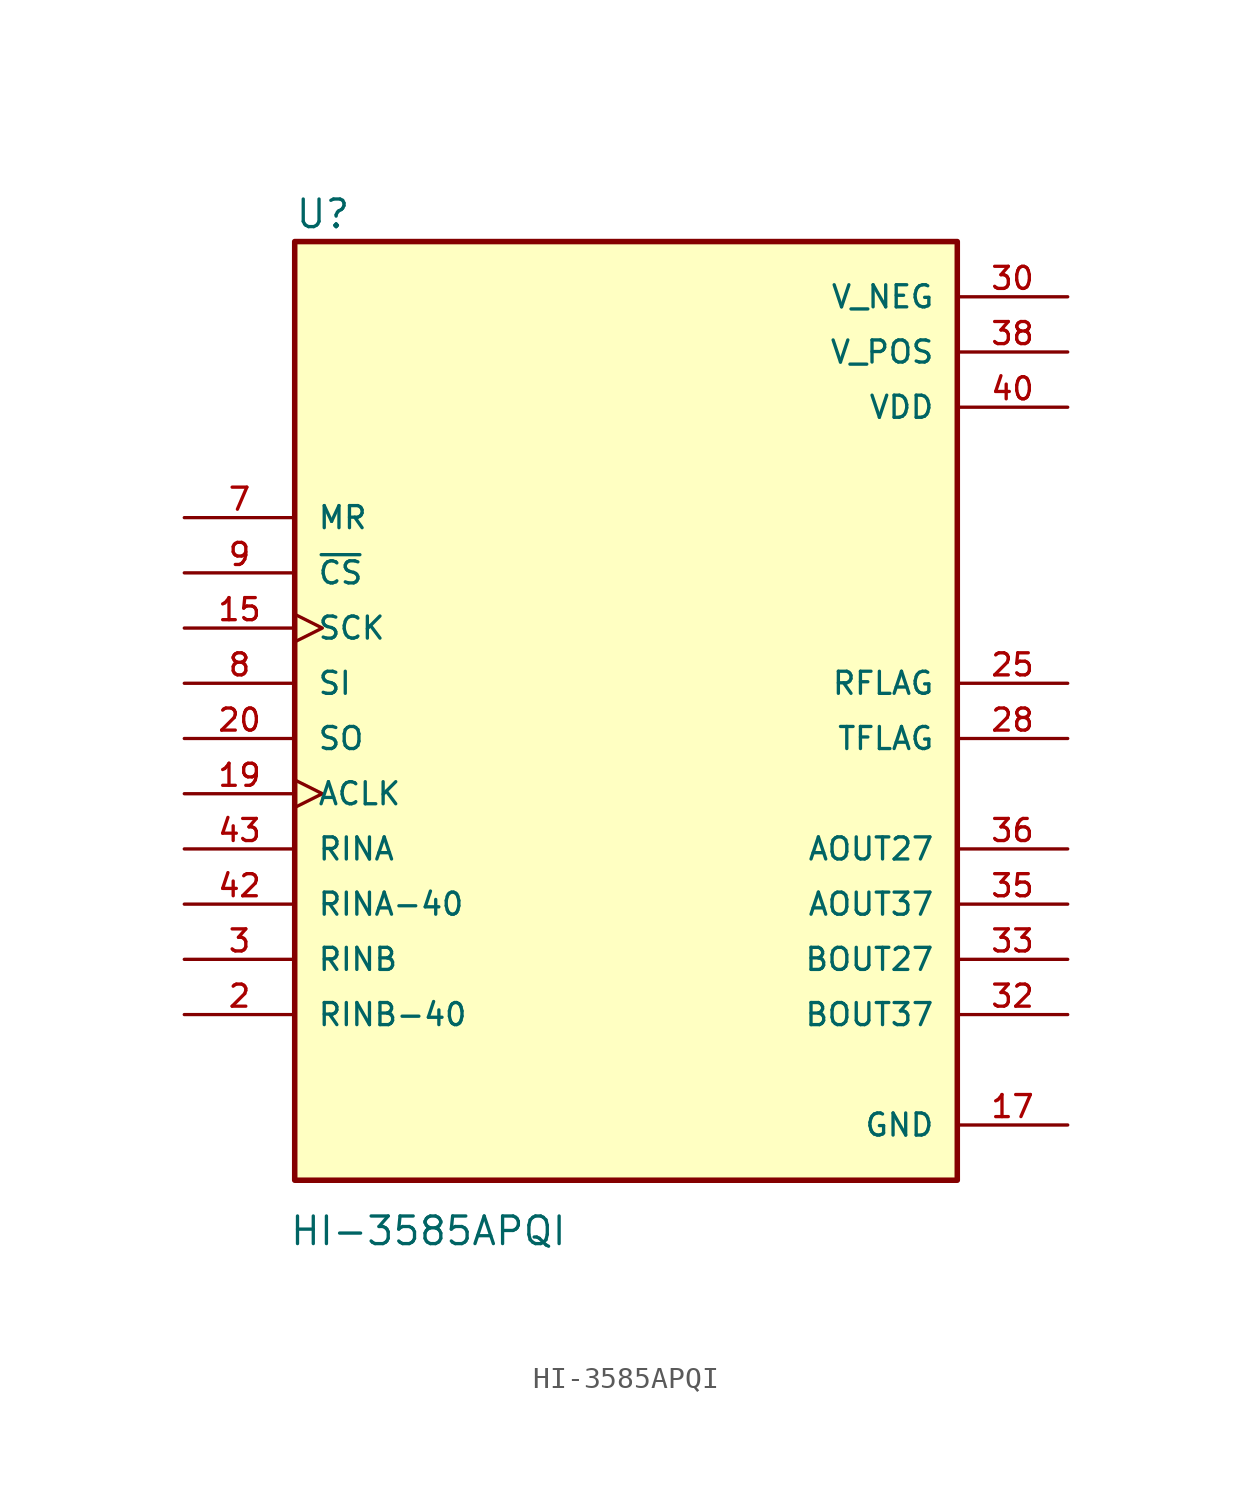
<source format=kicad_sym>
(kicad_symbol_lib
  (version 20211014)
  (generator kicad_symbol_editor)
  (symbol "HI-3585APQI"
    (pin_names
      (offset 1.016))
    (property "Reference" "U"
      (at -15.25 23.384 0)
      (effects (font (size 1.27 1.27)) (justify bottom left)))
    (property "Value" "HI-3585APQI"
      (at -15.514 -23.399 0)
      (effects (font (size 1.27 1.27)) (justify bottom left)))
    (symbol "HI-3585APQI_0_0"
      (rectangle (start -15.24 -20.32) (end 15.24 22.86) (stroke (width 0.254)) (fill (type background)))
      (pin input line (at -20.32 -10.16 0) (length 5.08) (name "RINB" (effects (font (size 1.016 1.016)))) (number "3" (effects (font (size 1.016 1.016)))))
      (pin input line (at -20.32 -12.7 0) (length 5.08) (name "RINB-40" (effects (font (size 1.016 1.016)))) (number "2" (effects (font (size 1.016 1.016)))))
      (pin input line (at -20.32 10.16 0) (length 5.08) (name "MR" (effects (font (size 1.016 1.016)))) (number "7" (effects (font (size 1.016 1.016)))))
      (pin input line (at -20.32 2.54 0) (length 5.08) (name "SI" (effects (font (size 1.016 1.016)))) (number "8" (effects (font (size 1.016 1.016)))))
      (pin input line (at -20.32 7.62 0) (length 5.08) (name "~{CS}" (effects (font (size 1.016 1.016)))) (number "9" (effects (font (size 1.016 1.016)))))
      (pin input clock (at -20.32 5.08 0) (length 5.08) (name "SCK" (effects (font (size 1.016 1.016)))) (number "15" (effects (font (size 1.016 1.016)))))
      (pin power_in line (at 20.32 -17.78 180.0) (length 5.08) (name "GND" (effects (font (size 1.016 1.016)))) (number "17" (effects (font (size 1.016 1.016)))))
      (pin input clock (at -20.32 -2.54 0) (length 5.08) (name "ACLK" (effects (font (size 1.016 1.016)))) (number "19" (effects (font (size 1.016 1.016)))))
      (pin output line (at -20.32 0.0 0) (length 5.08) (name "SO" (effects (font (size 1.016 1.016)))) (number "20" (effects (font (size 1.016 1.016)))))
      (pin output line (at 20.32 2.54 180.0) (length 5.08) (name "RFLAG" (effects (font (size 1.016 1.016)))) (number "25" (effects (font (size 1.016 1.016)))))
      (pin output line (at 20.32 0.0 180.0) (length 5.08) (name "TFLAG" (effects (font (size 1.016 1.016)))) (number "28" (effects (font (size 1.016 1.016)))))
      (pin power_in line (at 20.32 20.32 180.0) (length 5.08) (name "V_NEG" (effects (font (size 1.016 1.016)))) (number "30" (effects (font (size 1.016 1.016)))))
      (pin output line (at 20.32 -12.7 180.0) (length 5.08) (name "BOUT37" (effects (font (size 1.016 1.016)))) (number "32" (effects (font (size 1.016 1.016)))))
      (pin output line (at 20.32 -10.16 180.0) (length 5.08) (name "BOUT27" (effects (font (size 1.016 1.016)))) (number "33" (effects (font (size 1.016 1.016)))))
      (pin output line (at 20.32 -5.08 180.0) (length 5.08) (name "AOUT27" (effects (font (size 1.016 1.016)))) (number "36" (effects (font (size 1.016 1.016)))))
      (pin output line (at 20.32 -7.62 180.0) (length 5.08) (name "AOUT37" (effects (font (size 1.016 1.016)))) (number "35" (effects (font (size 1.016 1.016)))))
      (pin power_in line (at 20.32 17.78 180.0) (length 5.08) (name "V_POS" (effects (font (size 1.016 1.016)))) (number "38" (effects (font (size 1.016 1.016)))))
      (pin power_in line (at 20.32 15.24 180.0) (length 5.08) (name "VDD" (effects (font (size 1.016 1.016)))) (number "40" (effects (font (size 1.016 1.016)))))
      (pin input line (at -20.32 -5.08 0) (length 5.08) (name "RINA" (effects (font (size 1.016 1.016)))) (number "43" (effects (font (size 1.016 1.016)))))
      (pin input line (at -20.32 -7.62 0) (length 5.08) (name "RINA-40" (effects (font (size 1.016 1.016)))) (number "42" (effects (font (size 1.016 1.016))))))))
</source>
